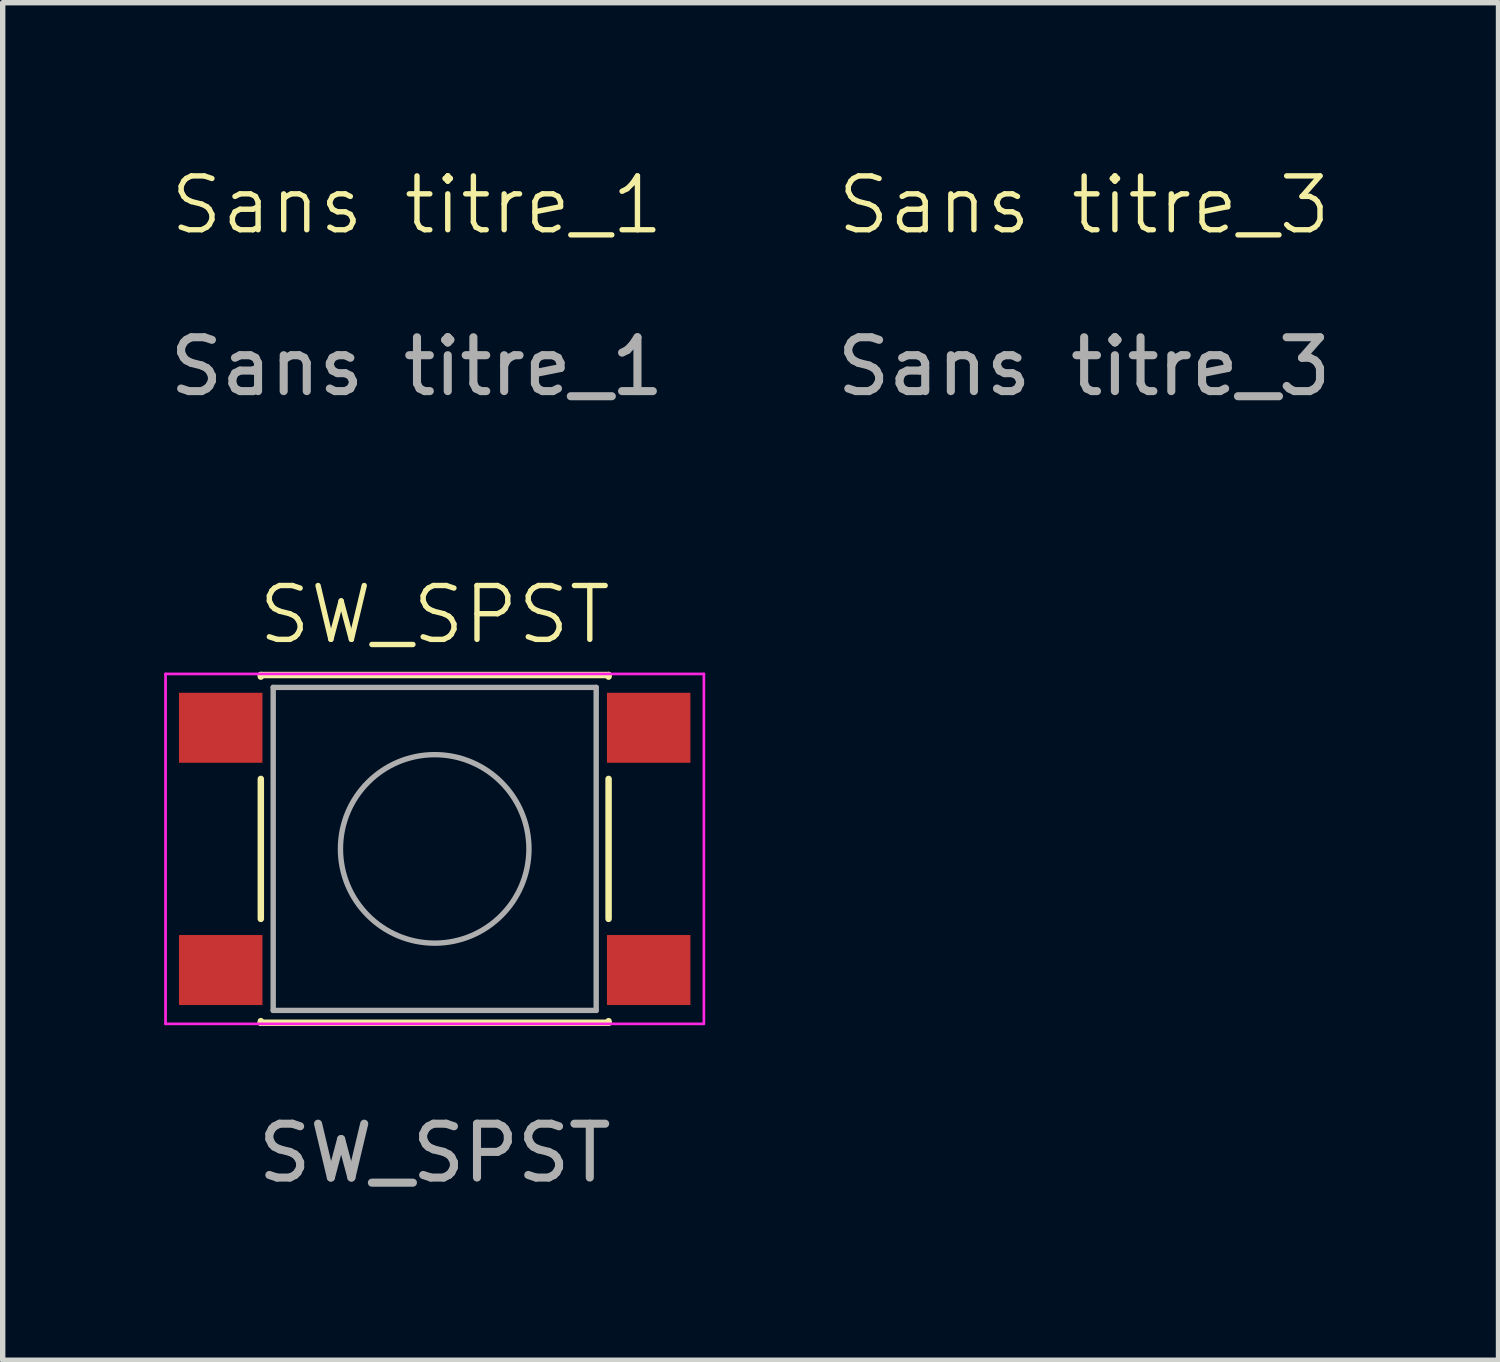
<source format=kicad_pcb>
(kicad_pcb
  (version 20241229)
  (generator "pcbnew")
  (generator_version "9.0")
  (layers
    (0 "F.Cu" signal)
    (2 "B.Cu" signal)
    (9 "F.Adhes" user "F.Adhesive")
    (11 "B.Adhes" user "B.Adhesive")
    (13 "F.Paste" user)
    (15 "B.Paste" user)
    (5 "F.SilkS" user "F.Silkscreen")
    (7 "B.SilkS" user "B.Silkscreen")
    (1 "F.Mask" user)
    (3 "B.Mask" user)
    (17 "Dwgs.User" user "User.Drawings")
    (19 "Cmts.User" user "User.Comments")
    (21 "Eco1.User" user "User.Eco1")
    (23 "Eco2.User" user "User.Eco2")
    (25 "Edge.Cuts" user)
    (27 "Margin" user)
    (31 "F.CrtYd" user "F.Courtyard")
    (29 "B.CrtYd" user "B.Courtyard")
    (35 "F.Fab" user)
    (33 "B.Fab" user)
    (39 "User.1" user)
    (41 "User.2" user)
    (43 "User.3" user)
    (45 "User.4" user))
  (footprint "Sans titre_3"
    (layer "F.Cu")
    (at 17.089 1.26)
    (property "Reference" "Sans titre_3" (at 0 -0.5 0) (unlocked yes) (layer "F.SilkS") (effects (font (size 1 1) (thickness 0.1))))
    (attr smd)
    (fp_text user "${REFERENCE}" (at 0 2.5 0) (unlocked yes) (layer "F.Fab") (effects (font (size 1 1) (thickness 0.15)))))
  (footprint "Sans titre_1"
    (layer "F.Cu")
    (at 4.696 1.26)
    (property "Reference" "Sans titre_1" (at 0 -0.5 0) (unlocked yes) (layer "F.SilkS") (effects (font (size 1 1) (thickness 0.1))))
    (attr smd)
    (fp_text user "${REFERENCE}" (at 0 2.5 0) (unlocked yes) (layer "F.Fab") (effects (font (size 1 1) (thickness 0.15)))))
  (footprint "SW_SPST"
    (layer "F.Cu")
    (at 5.025 12.569)
    (property "Reference" "SW_SPST" (at 0 -4.2 0) (unlocked yes) (layer "F.SilkS") (effects (font (size 1 1) (thickness 0.1))))
    (attr smd)
    (fp_line (start -3.23 -3.08) (end 3.23 -3.08) (stroke (width 0.12) (type solid)) (layer "F.SilkS"))
    (fp_line (start -3.23 -3.05) (end -3.23 -3.08) (stroke (width 0.12) (type solid)) (layer "F.SilkS"))
    (fp_line (start -3.23 -1.15) (end -3.23 1.45) (stroke (width 0.12) (type solid)) (layer "F.SilkS"))
    (fp_line (start -3.23 3.38) (end -3.23 3.35) (stroke (width 0.12) (type solid)) (layer "F.SilkS"))
    (fp_line (start -3.23 3.38) (end 3.23 3.38) (stroke (width 0.12) (type solid)) (layer "F.SilkS"))
    (fp_line (start 3.23 -3.08) (end 3.23 -3.05) (stroke (width 0.12) (type solid)) (layer "F.SilkS"))
    (fp_line (start 3.23 -1.15) (end 3.23 1.45) (stroke (width 0.12) (type solid)) (layer "F.SilkS"))
    (fp_line (start 3.23 3.38) (end 3.23 3.35) (stroke (width 0.12) (type solid)) (layer "F.SilkS"))
    (fp_line (start -5 -3.1) (end -5 3.4) (stroke (width 0.05) (type solid)) (layer "F.CrtYd"))
    (fp_line (start -5 -3.1) (end 5 -3.1) (stroke (width 0.05) (type solid)) (layer "F.CrtYd"))
    (fp_line (start -5 3.4) (end 5 3.4) (stroke (width 0.05) (type solid)) (layer "F.CrtYd"))
    (fp_line (start 5 3.4) (end 5 -3.1) (stroke (width 0.05) (type solid)) (layer "F.CrtYd"))
    (fp_line (start -3 -2.85) (end -3 3.15) (stroke (width 0.1) (type solid)) (layer "F.Fab"))
    (fp_line (start -3 3.15) (end 3 3.15) (stroke (width 0.1) (type solid)) (layer "F.Fab"))
    (fp_line (start 3 -2.85) (end -3 -2.85) (stroke (width 0.1) (type solid)) (layer "F.Fab"))
    (fp_line (start 3 3.15) (end 3 -2.85) (stroke (width 0.1) (type solid)) (layer "F.Fab"))
    (fp_circle (center 0 0.15) (end 1.75 0.1) (stroke (width 0.1) (type solid)) (fill no) (layer "F.Fab"))
    (fp_text user "${REFERENCE}" (at 0 5.8 0) (unlocked yes) (layer "F.Fab") (effects (font (size 1 1) (thickness 0.15))))
    (pad "1" smd rect (at -3.975 -2.1) (size 1.55 1.3) (layers "F.Cu" "F.Mask" "F.Paste"))
    (pad "1" smd rect (at 3.975 -2.1) (size 1.55 1.3) (layers "F.Cu" "F.Mask" "F.Paste"))
    (pad "2" smd rect (at -3.975 2.4) (size 1.55 1.3) (layers "F.Cu" "F.Mask" "F.Paste"))
    (pad "2" smd rect (at 3.975 2.4) (size 1.55 1.3) (layers "F.Cu" "F.Mask" "F.Paste")))
  (gr_rect
    (start -3 -3)
    (end 24.786 22.218)
    (stroke (width 0.1) (type default))
    (fill no)
    (layer "Edge.Cuts")))
</source>
